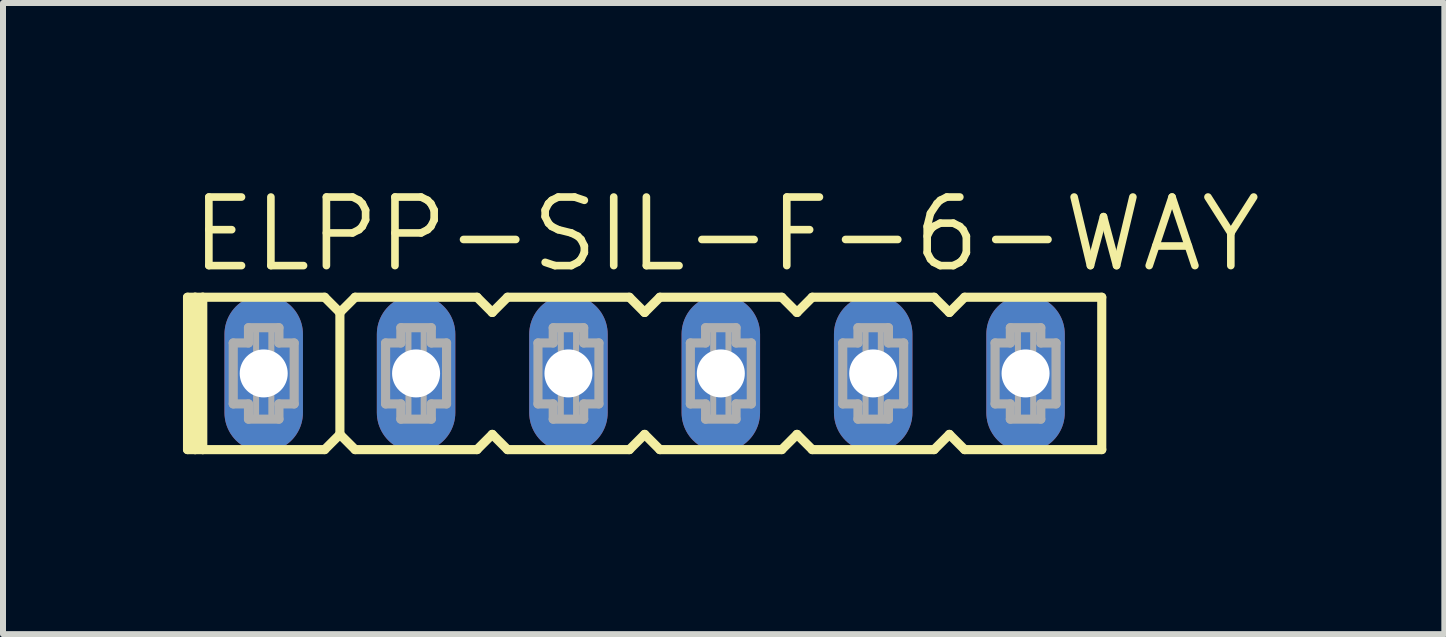
<source format=kicad_pcb>
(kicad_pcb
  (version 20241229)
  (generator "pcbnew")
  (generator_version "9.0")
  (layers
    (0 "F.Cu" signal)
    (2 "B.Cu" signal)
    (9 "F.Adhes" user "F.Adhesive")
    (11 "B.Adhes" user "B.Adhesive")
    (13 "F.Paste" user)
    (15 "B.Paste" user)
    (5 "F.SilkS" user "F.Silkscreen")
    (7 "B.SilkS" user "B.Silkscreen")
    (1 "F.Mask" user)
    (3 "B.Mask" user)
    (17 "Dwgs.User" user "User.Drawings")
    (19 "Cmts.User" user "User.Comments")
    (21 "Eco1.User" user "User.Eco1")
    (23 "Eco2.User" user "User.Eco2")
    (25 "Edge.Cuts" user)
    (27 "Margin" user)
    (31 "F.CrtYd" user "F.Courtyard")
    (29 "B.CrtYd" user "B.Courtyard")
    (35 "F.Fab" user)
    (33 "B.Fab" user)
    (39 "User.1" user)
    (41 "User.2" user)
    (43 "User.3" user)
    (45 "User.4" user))
  (footprint "ELPP-SIL-F-6-WAY"
    (layer "F.Cu")
    (at 7.696 3.175)
    (property "Reference" "ELPP-SIL-F-6-WAY" (at -7.62 -1.651 0) (unlocked yes) (layer "F.SilkS") (effects (font (size 1.143 1.143) (thickness 0.127)) (justify left bottom)))
    (fp_line (start -7.62 -1.27) (end -7.62 1.27) (stroke (width 0.152) (type solid)) (layer "F.SilkS"))
    (fp_line (start -7.62 1.27) (end -7.493 1.27) (stroke (width 0.152) (type solid)) (layer "F.SilkS"))
    (fp_line (start -7.493 -1.27) (end -7.62 -1.27) (stroke (width 0.152) (type solid)) (layer "F.SilkS"))
    (fp_line (start -7.493 -1.27) (end -7.493 1.27) (stroke (width 0.152) (type solid)) (layer "F.SilkS"))
    (fp_line (start -7.493 1.27) (end -7.366 1.27) (stroke (width 0.152) (type solid)) (layer "F.SilkS"))
    (fp_line (start -7.366 -1.27) (end -7.493 -1.27) (stroke (width 0.152) (type solid)) (layer "F.SilkS"))
    (fp_line (start -7.366 -1.27) (end -7.366 1.27) (stroke (width 0.152) (type solid)) (layer "F.SilkS"))
    (fp_line (start -7.366 1.27) (end -5.334 1.27) (stroke (width 0.152) (type solid)) (layer "F.SilkS"))
    (fp_line (start -5.334 -1.27) (end -7.366 -1.27) (stroke (width 0.152) (type solid)) (layer "F.SilkS"))
    (fp_line (start -5.334 1.27) (end -5.08 1.016) (stroke (width 0.152) (type solid)) (layer "F.SilkS"))
    (fp_line (start -5.08 -1.016) (end -5.334 -1.27) (stroke (width 0.152) (type solid)) (layer "F.SilkS"))
    (fp_line (start -5.08 -1.016) (end -5.08 1.016) (stroke (width 0.152) (type solid)) (layer "F.SilkS"))
    (fp_line (start -5.08 1.016) (end -4.826 1.27) (stroke (width 0.152) (type solid)) (layer "F.SilkS"))
    (fp_line (start -4.826 -1.27) (end -5.08 -1.016) (stroke (width 0.152) (type solid)) (layer "F.SilkS"))
    (fp_line (start -4.826 1.27) (end -2.794 1.27) (stroke (width 0.152) (type solid)) (layer "F.SilkS"))
    (fp_line (start -2.794 -1.27) (end -4.826 -1.27) (stroke (width 0.152) (type solid)) (layer "F.SilkS"))
    (fp_line (start -2.794 1.27) (end -2.54 1.016) (stroke (width 0.152) (type solid)) (layer "F.SilkS"))
    (fp_line (start -2.54 -1.016) (end -2.794 -1.27) (stroke (width 0.152) (type solid)) (layer "F.SilkS"))
    (fp_line (start -2.54 1.016) (end -2.286 1.27) (stroke (width 0.152) (type solid)) (layer "F.SilkS"))
    (fp_line (start -2.286 -1.27) (end -2.54 -1.016) (stroke (width 0.152) (type solid)) (layer "F.SilkS"))
    (fp_line (start -2.286 1.27) (end -0.254 1.27) (stroke (width 0.152) (type solid)) (layer "F.SilkS"))
    (fp_line (start -0.254 -1.27) (end -2.286 -1.27) (stroke (width 0.152) (type solid)) (layer "F.SilkS"))
    (fp_line (start -0.254 1.27) (end 0 1.016) (stroke (width 0.152) (type solid)) (layer "F.SilkS"))
    (fp_line (start 0 -1.016) (end -0.254 -1.27) (stroke (width 0.152) (type solid)) (layer "F.SilkS"))
    (fp_line (start 0 1.016) (end 0.254 1.27) (stroke (width 0.152) (type solid)) (layer "F.SilkS"))
    (fp_line (start 0.254 -1.27) (end 0 -1.016) (stroke (width 0.152) (type solid)) (layer "F.SilkS"))
    (fp_line (start 0.254 1.27) (end 2.286 1.27) (stroke (width 0.152) (type solid)) (layer "F.SilkS"))
    (fp_line (start 2.286 -1.27) (end 0.254 -1.27) (stroke (width 0.152) (type solid)) (layer "F.SilkS"))
    (fp_line (start 2.286 1.27) (end 2.54 1.016) (stroke (width 0.152) (type solid)) (layer "F.SilkS"))
    (fp_line (start 2.54 -1.016) (end 2.286 -1.27) (stroke (width 0.152) (type solid)) (layer "F.SilkS"))
    (fp_line (start 2.54 1.016) (end 2.794 1.27) (stroke (width 0.152) (type solid)) (layer "F.SilkS"))
    (fp_line (start 2.794 -1.27) (end 2.54 -1.016) (stroke (width 0.152) (type solid)) (layer "F.SilkS"))
    (fp_line (start 2.794 1.27) (end 4.826 1.27) (stroke (width 0.152) (type solid)) (layer "F.SilkS"))
    (fp_line (start 4.826 -1.27) (end 2.794 -1.27) (stroke (width 0.152) (type solid)) (layer "F.SilkS"))
    (fp_line (start 4.826 1.27) (end 5.08 1.016) (stroke (width 0.152) (type solid)) (layer "F.SilkS"))
    (fp_line (start 5.08 -1.016) (end 4.826 -1.27) (stroke (width 0.152) (type solid)) (layer "F.SilkS"))
    (fp_line (start 5.08 1.016) (end 5.334 1.27) (stroke (width 0.152) (type solid)) (layer "F.SilkS"))
    (fp_line (start 5.334 -1.27) (end 5.08 -1.016) (stroke (width 0.152) (type solid)) (layer "F.SilkS"))
    (fp_line (start 5.334 1.27) (end 7.62 1.27) (stroke (width 0.152) (type solid)) (layer "F.SilkS"))
    (fp_line (start 7.62 -1.27) (end 5.334 -1.27) (stroke (width 0.152) (type solid)) (layer "F.SilkS"))
    (fp_line (start 7.62 1.27) (end 7.62 -1.27) (stroke (width 0.152) (type solid)) (layer "F.SilkS"))
    (fp_line (start -6.858 -0.508) (end -6.858 0.508) (stroke (width 0.152) (type solid)) (layer "F.Fab"))
    (fp_line (start -6.858 0.508) (end -6.604 0.508) (stroke (width 0.152) (type solid)) (layer "F.Fab"))
    (fp_line (start -6.604 -0.762) (end -6.604 -0.508) (stroke (width 0.152) (type solid)) (layer "F.Fab"))
    (fp_line (start -6.604 -0.508) (end -6.858 -0.508) (stroke (width 0.152) (type solid)) (layer "F.Fab"))
    (fp_line (start -6.604 0.508) (end -6.604 0.762) (stroke (width 0.152) (type solid)) (layer "F.Fab"))
    (fp_line (start -6.604 0.762) (end -6.096 0.762) (stroke (width 0.152) (type solid)) (layer "F.Fab"))
    (fp_line (start -6.096 -0.762) (end -6.604 -0.762) (stroke (width 0.152) (type solid)) (layer "F.Fab"))
    (fp_line (start -6.096 -0.508) (end -6.096 -0.762) (stroke (width 0.152) (type solid)) (layer "F.Fab"))
    (fp_line (start -6.096 0.508) (end -5.842 0.508) (stroke (width 0.152) (type solid)) (layer "F.Fab"))
    (fp_line (start -6.096 0.762) (end -6.096 0.508) (stroke (width 0.152) (type solid)) (layer "F.Fab"))
    (fp_line (start -5.842 -0.508) (end -6.096 -0.508) (stroke (width 0.152) (type solid)) (layer "F.Fab"))
    (fp_line (start -5.842 0.508) (end -5.842 -0.508) (stroke (width 0.152) (type solid)) (layer "F.Fab"))
    (fp_line (start -4.318 -0.508) (end -4.318 0.508) (stroke (width 0.152) (type solid)) (layer "F.Fab"))
    (fp_line (start -4.318 0.508) (end -4.064 0.508) (stroke (width 0.152) (type solid)) (layer "F.Fab"))
    (fp_line (start -4.064 -0.762) (end -4.064 -0.508) (stroke (width 0.152) (type solid)) (layer "F.Fab"))
    (fp_line (start -4.064 -0.508) (end -4.318 -0.508) (stroke (width 0.152) (type solid)) (layer "F.Fab"))
    (fp_line (start -4.064 0.508) (end -4.064 0.762) (stroke (width 0.152) (type solid)) (layer "F.Fab"))
    (fp_line (start -4.064 0.762) (end -3.556 0.762) (stroke (width 0.152) (type solid)) (layer "F.Fab"))
    (fp_line (start -3.556 -0.762) (end -4.064 -0.762) (stroke (width 0.152) (type solid)) (layer "F.Fab"))
    (fp_line (start -3.556 -0.508) (end -3.556 -0.762) (stroke (width 0.152) (type solid)) (layer "F.Fab"))
    (fp_line (start -3.556 0.508) (end -3.302 0.508) (stroke (width 0.152) (type solid)) (layer "F.Fab"))
    (fp_line (start -3.556 0.762) (end -3.556 0.508) (stroke (width 0.152) (type solid)) (layer "F.Fab"))
    (fp_line (start -3.302 -0.508) (end -3.556 -0.508) (stroke (width 0.152) (type solid)) (layer "F.Fab"))
    (fp_line (start -3.302 0.508) (end -3.302 -0.508) (stroke (width 0.152) (type solid)) (layer "F.Fab"))
    (fp_line (start -1.778 -0.508) (end -1.778 0.508) (stroke (width 0.152) (type solid)) (layer "F.Fab"))
    (fp_line (start -1.778 0.508) (end -1.524 0.508) (stroke (width 0.152) (type solid)) (layer "F.Fab"))
    (fp_line (start -1.524 -0.762) (end -1.524 -0.508) (stroke (width 0.152) (type solid)) (layer "F.Fab"))
    (fp_line (start -1.524 -0.508) (end -1.778 -0.508) (stroke (width 0.152) (type solid)) (layer "F.Fab"))
    (fp_line (start -1.524 0.508) (end -1.524 0.762) (stroke (width 0.152) (type solid)) (layer "F.Fab"))
    (fp_line (start -1.524 0.762) (end -1.016 0.762) (stroke (width 0.152) (type solid)) (layer "F.Fab"))
    (fp_line (start -1.016 -0.762) (end -1.524 -0.762) (stroke (width 0.152) (type solid)) (layer "F.Fab"))
    (fp_line (start -1.016 -0.508) (end -1.016 -0.762) (stroke (width 0.152) (type solid)) (layer "F.Fab"))
    (fp_line (start -1.016 0.508) (end -0.762 0.508) (stroke (width 0.152) (type solid)) (layer "F.Fab"))
    (fp_line (start -1.016 0.762) (end -1.016 0.508) (stroke (width 0.152) (type solid)) (layer "F.Fab"))
    (fp_line (start -0.762 -0.508) (end -1.016 -0.508) (stroke (width 0.152) (type solid)) (layer "F.Fab"))
    (fp_line (start -0.762 0.508) (end -0.762 -0.508) (stroke (width 0.152) (type solid)) (layer "F.Fab"))
    (fp_line (start 0.762 -0.508) (end 0.762 0.508) (stroke (width 0.152) (type solid)) (layer "F.Fab"))
    (fp_line (start 0.762 0.508) (end 1.016 0.508) (stroke (width 0.152) (type solid)) (layer "F.Fab"))
    (fp_line (start 1.016 -0.762) (end 1.016 -0.508) (stroke (width 0.152) (type solid)) (layer "F.Fab"))
    (fp_line (start 1.016 -0.508) (end 0.762 -0.508) (stroke (width 0.152) (type solid)) (layer "F.Fab"))
    (fp_line (start 1.016 0.508) (end 1.016 0.762) (stroke (width 0.152) (type solid)) (layer "F.Fab"))
    (fp_line (start 1.016 0.762) (end 1.524 0.762) (stroke (width 0.152) (type solid)) (layer "F.Fab"))
    (fp_line (start 1.524 -0.762) (end 1.016 -0.762) (stroke (width 0.152) (type solid)) (layer "F.Fab"))
    (fp_line (start 1.524 -0.508) (end 1.524 -0.762) (stroke (width 0.152) (type solid)) (layer "F.Fab"))
    (fp_line (start 1.524 0.508) (end 1.778 0.508) (stroke (width 0.152) (type solid)) (layer "F.Fab"))
    (fp_line (start 1.524 0.762) (end 1.524 0.508) (stroke (width 0.152) (type solid)) (layer "F.Fab"))
    (fp_line (start 1.778 -0.508) (end 1.524 -0.508) (stroke (width 0.152) (type solid)) (layer "F.Fab"))
    (fp_line (start 1.778 0.508) (end 1.778 -0.508) (stroke (width 0.152) (type solid)) (layer "F.Fab"))
    (fp_line (start 3.302 -0.508) (end 3.302 0.508) (stroke (width 0.152) (type solid)) (layer "F.Fab"))
    (fp_line (start 3.302 0.508) (end 3.556 0.508) (stroke (width 0.152) (type solid)) (layer "F.Fab"))
    (fp_line (start 3.556 -0.762) (end 3.556 -0.508) (stroke (width 0.152) (type solid)) (layer "F.Fab"))
    (fp_line (start 3.556 -0.508) (end 3.302 -0.508) (stroke (width 0.152) (type solid)) (layer "F.Fab"))
    (fp_line (start 3.556 0.508) (end 3.556 0.762) (stroke (width 0.152) (type solid)) (layer "F.Fab"))
    (fp_line (start 3.556 0.762) (end 4.064 0.762) (stroke (width 0.152) (type solid)) (layer "F.Fab"))
    (fp_line (start 4.064 -0.762) (end 3.556 -0.762) (stroke (width 0.152) (type solid)) (layer "F.Fab"))
    (fp_line (start 4.064 -0.508) (end 4.064 -0.762) (stroke (width 0.152) (type solid)) (layer "F.Fab"))
    (fp_line (start 4.064 0.508) (end 4.318 0.508) (stroke (width 0.152) (type solid)) (layer "F.Fab"))
    (fp_line (start 4.064 0.762) (end 4.064 0.508) (stroke (width 0.152) (type solid)) (layer "F.Fab"))
    (fp_line (start 4.318 -0.508) (end 4.064 -0.508) (stroke (width 0.152) (type solid)) (layer "F.Fab"))
    (fp_line (start 4.318 0.508) (end 4.318 -0.508) (stroke (width 0.152) (type solid)) (layer "F.Fab"))
    (fp_line (start 5.842 -0.508) (end 5.842 0.508) (stroke (width 0.152) (type solid)) (layer "F.Fab"))
    (fp_line (start 5.842 0.508) (end 6.096 0.508) (stroke (width 0.152) (type solid)) (layer "F.Fab"))
    (fp_line (start 6.096 -0.762) (end 6.096 -0.508) (stroke (width 0.152) (type solid)) (layer "F.Fab"))
    (fp_line (start 6.096 -0.508) (end 5.842 -0.508) (stroke (width 0.152) (type solid)) (layer "F.Fab"))
    (fp_line (start 6.096 0.508) (end 6.096 0.762) (stroke (width 0.152) (type solid)) (layer "F.Fab"))
    (fp_line (start 6.096 0.762) (end 6.604 0.762) (stroke (width 0.152) (type solid)) (layer "F.Fab"))
    (fp_line (start 6.604 -0.762) (end 6.096 -0.762) (stroke (width 0.152) (type solid)) (layer "F.Fab"))
    (fp_line (start 6.604 -0.508) (end 6.604 -0.762) (stroke (width 0.152) (type solid)) (layer "F.Fab"))
    (fp_line (start 6.604 0.508) (end 6.858 0.508) (stroke (width 0.152) (type solid)) (layer "F.Fab"))
    (fp_line (start 6.604 0.762) (end 6.604 0.508) (stroke (width 0.152) (type solid)) (layer "F.Fab"))
    (fp_line (start 6.858 -0.508) (end 6.604 -0.508) (stroke (width 0.152) (type solid)) (layer "F.Fab"))
    (fp_line (start 6.858 0.508) (end 6.858 -0.508) (stroke (width 0.152) (type solid)) (layer "F.Fab"))
    (fp_poly (pts (xy -6.477 -0.254) (xy -6.223 -0.254) (xy -6.223 -0.762) (xy -6.477 -0.762)) (stroke (width 0.1) (type default)) (fill no) (layer "F.Fab"))
    (fp_poly (pts (xy -6.477 0.762) (xy -6.223 0.762) (xy -6.223 0.254) (xy -6.477 0.254)) (stroke (width 0.1) (type default)) (fill no) (layer "F.Fab"))
    (fp_poly (pts (xy -3.937 -0.254) (xy -3.683 -0.254) (xy -3.683 -0.762) (xy -3.937 -0.762)) (stroke (width 0.1) (type default)) (fill no) (layer "F.Fab"))
    (fp_poly (pts (xy -3.937 0.762) (xy -3.683 0.762) (xy -3.683 0.254) (xy -3.937 0.254)) (stroke (width 0.1) (type default)) (fill no) (layer "F.Fab"))
    (fp_poly (pts (xy -1.397 -0.254) (xy -1.143 -0.254) (xy -1.143 -0.762) (xy -1.397 -0.762)) (stroke (width 0.1) (type default)) (fill no) (layer "F.Fab"))
    (fp_poly (pts (xy -1.397 0.762) (xy -1.143 0.762) (xy -1.143 0.254) (xy -1.397 0.254)) (stroke (width 0.1) (type default)) (fill no) (layer "F.Fab"))
    (fp_poly (pts (xy 1.143 -0.254) (xy 1.397 -0.254) (xy 1.397 -0.762) (xy 1.143 -0.762)) (stroke (width 0.1) (type default)) (fill no) (layer "F.Fab"))
    (fp_poly (pts (xy 1.143 0.762) (xy 1.397 0.762) (xy 1.397 0.254) (xy 1.143 0.254)) (stroke (width 0.1) (type default)) (fill no) (layer "F.Fab"))
    (fp_poly (pts (xy 3.683 -0.254) (xy 3.937 -0.254) (xy 3.937 -0.762) (xy 3.683 -0.762)) (stroke (width 0.1) (type default)) (fill no) (layer "F.Fab"))
    (fp_poly (pts (xy 3.683 0.762) (xy 3.937 0.762) (xy 3.937 0.254) (xy 3.683 0.254)) (stroke (width 0.1) (type default)) (fill no) (layer "F.Fab"))
    (fp_poly (pts (xy 6.223 -0.254) (xy 6.477 -0.254) (xy 6.477 -0.762) (xy 6.223 -0.762)) (stroke (width 0.1) (type default)) (fill no) (layer "F.Fab"))
    (fp_poly (pts (xy 6.223 0.762) (xy 6.477 0.762) (xy 6.477 0.254) (xy 6.223 0.254)) (stroke (width 0.1) (type default)) (fill no) (layer "F.Fab"))
    (pad "1" thru_hole oval (at -6.35 0 90) (size 2.616 1.308) (drill 0.8) (layers "*.Cu" "*.Mask"))
    (pad "2" thru_hole oval (at -3.81 0 90) (size 2.616 1.308) (drill 0.8) (layers "*.Cu" "*.Mask"))
    (pad "3" thru_hole oval (at -1.27 0 90) (size 2.616 1.308) (drill 0.8) (layers "*.Cu" "*.Mask"))
    (pad "4" thru_hole oval (at 1.27 0 90) (size 2.616 1.308) (drill 0.8) (layers "*.Cu" "*.Mask"))
    (pad "5" thru_hole oval (at 3.81 0 90) (size 2.616 1.308) (drill 0.8) (layers "*.Cu" "*.Mask"))
    (pad "6" thru_hole oval (at 6.35 0 90) (size 2.616 1.308) (drill 0.8) (layers "*.Cu" "*.Mask")))
  (gr_rect
    (start -3 -3)
    (end 21.027 7.521)
    (stroke (width 0.1) (type default))
    (fill no)
    (layer "Edge.Cuts")))
</source>
